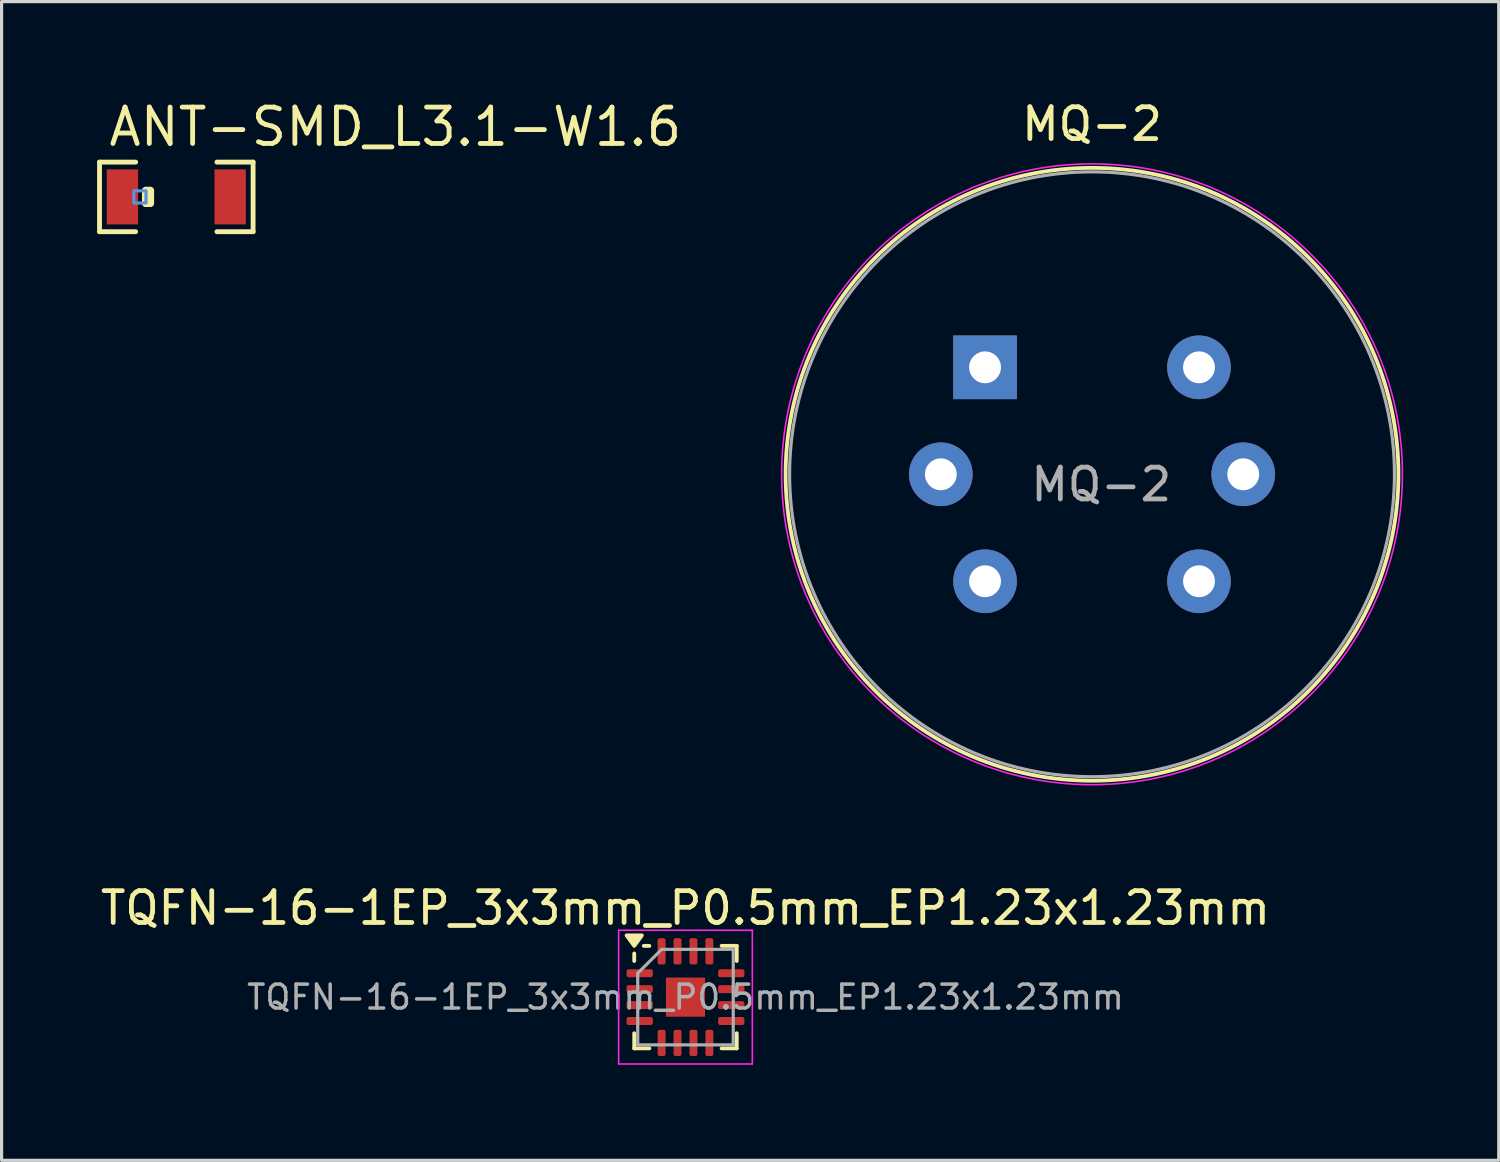
<source format=kicad_pcb>
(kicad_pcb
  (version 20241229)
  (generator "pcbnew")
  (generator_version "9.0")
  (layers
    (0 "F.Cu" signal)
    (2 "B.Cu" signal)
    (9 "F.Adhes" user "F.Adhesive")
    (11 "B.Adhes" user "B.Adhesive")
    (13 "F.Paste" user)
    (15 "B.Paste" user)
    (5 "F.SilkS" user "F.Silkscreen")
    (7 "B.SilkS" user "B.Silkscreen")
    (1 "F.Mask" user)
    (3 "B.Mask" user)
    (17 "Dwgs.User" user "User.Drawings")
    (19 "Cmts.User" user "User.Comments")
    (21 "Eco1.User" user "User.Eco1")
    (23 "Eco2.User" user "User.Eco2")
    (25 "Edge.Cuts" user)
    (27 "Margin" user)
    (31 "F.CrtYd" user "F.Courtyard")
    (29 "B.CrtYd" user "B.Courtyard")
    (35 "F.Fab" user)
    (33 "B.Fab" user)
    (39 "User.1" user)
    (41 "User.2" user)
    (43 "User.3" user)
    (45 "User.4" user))
  (footprint "ANT-SMD_L3.1-W1.6"
    (layer "F.Cu")
    (at 2.488 3.135)
    (property "Reference" "ANT-SMD_L3.1-W1.6" (at -2.2 -2.2 0) (layer "F.SilkS") (effects (font (size 1.143 1.143) (thickness 0.152)) (justify left)))
    (attr smd)
    (fp_line (start -2.412 -1.093) (end -1.276 -1.093) (stroke (width 0.152) (type solid)) (layer "F.SilkS"))
    (fp_line (start -2.412 1.093) (end -2.412 -1.093) (stroke (width 0.152) (type solid)) (layer "F.SilkS"))
    (fp_line (start -1.276 1.093) (end -2.412 1.093) (stroke (width 0.152) (type solid)) (layer "F.SilkS"))
    (fp_line (start -0.952 -0.191) (end -0.825 -0.191) (stroke (width 0.254) (type solid)) (layer "F.SilkS"))
    (fp_line (start -0.952 0.191) (end -0.952 -0.191) (stroke (width 0.254) (type solid)) (layer "F.SilkS"))
    (fp_line (start -0.825 -0.191) (end -0.825 0.191) (stroke (width 0.254) (type solid)) (layer "F.SilkS"))
    (fp_line (start -0.825 0.191) (end -0.952 0.191) (stroke (width 0.254) (type solid)) (layer "F.SilkS"))
    (fp_line (start 1.276 1.093) (end 2.412 1.093) (stroke (width 0.152) (type solid)) (layer "F.SilkS"))
    (fp_line (start 2.412 -1.093) (end 1.276 -1.093) (stroke (width 0.152) (type solid)) (layer "F.SilkS"))
    (fp_line (start 2.412 1.093) (end 2.412 -1.093) (stroke (width 0.152) (type solid)) (layer "F.SilkS"))
    (fp_poly (pts (xy -1.2 0.276) (xy -1.2 -0.276) (xy -1.534 -0.864) (xy -2.084 -0.864) (xy -2.184 -0.764) (xy -2.184 0.764) (xy -2.084 0.864) (xy -1.534 0.864)) (stroke (width 0) (type solid)) (fill yes) (layer "F.Paste"))
    (fp_poly (pts (xy 1.2 0.276) (xy 1.2 -0.276) (xy 1.534 -0.864) (xy 2.084 -0.864) (xy 2.184 -0.764) (xy 2.184 0.764) (xy 2.084 0.864) (xy 1.534 0.864)) (stroke (width 0) (type solid)) (fill yes) (layer "F.Paste"))
    (fp_poly (pts (xy -1.334 -0.191) (xy -0.952 -0.191) (xy -0.952 0.191) (xy -1.334 0.191)) (stroke (width 0.1) (type solid)) (fill no) (layer "Cmts.User"))
    (pad "1" smd rect (at -1.692 0) (size 0.984 1.728) (layers "F.Cu" "F.Mask" "F.Paste"))
    (pad "2" smd rect (at 1.692 0) (size 0.984 1.728) (layers "F.Cu" "F.Mask" "F.Paste")))
  (footprint "MQ-2"
    (layer "F.Cu")
    (at 27.892 8.488)
    (property "Reference" "MQ-2" (at 3.36 -7.64 0) (layer "F.SilkS") (effects (font (size 1 1) (thickness 0.15))))
    (attr through_hole)
    (fp_circle (center 3.36 3.36) (end 12.985 3.36) (stroke (width 0.12) (type solid)) (fill no) (layer "F.SilkS"))
    (fp_circle (center 3.36 3.36) (end 13.11 3.36) (stroke (width 0.05) (type solid)) (fill no) (layer "F.CrtYd"))
    (fp_circle (center 3.36 3.36) (end 12.86 3.36) (stroke (width 0.1) (type solid)) (fill no) (layer "F.Fab"))
    (fp_text user "${REFERENCE}" (at 3.65 3.68 0) (layer "F.Fab") (effects (font (size 1 1) (thickness 0.15))))
    (pad "1" thru_hole rect (at 0 0) (size 2 2) (drill 1) (layers "*.Cu" "*.Mask"))
    (pad "2" thru_hole circle (at -1.39 3.36) (size 2 2) (drill 1) (layers "*.Cu" "*.Mask"))
    (pad "3" thru_hole circle (at 0 6.72 90) (size 2 2) (drill 1) (layers "*.Cu" "*.Mask"))
    (pad "4" thru_hole circle (at 6.72 6.72 180) (size 2 2) (drill 1) (layers "*.Cu" "*.Mask"))
    (pad "5" thru_hole circle (at 8.11 3.36) (size 2 2) (drill 1) (layers "*.Cu" "*.Mask"))
    (pad "6" thru_hole circle (at 6.72 0 270) (size 2 2) (drill 1) (layers "*.Cu" "*.Mask")))
  (footprint "TQFN-16-1EP_3x3mm_P0.5mm_EP1.23x1.23mm"
    (layer "F.Cu")
    (at 18.482 28.271)
    (property "Reference" "TQFN-16-1EP_3x3mm_P0.5mm_EP1.23x1.23mm" (at 0 -2.8 0) (layer "F.SilkS") (effects (font (size 1 1) (thickness 0.15))))
    (attr smd)
    (fp_line (start -1.61 -1.135) (end -1.61 -1.37) (stroke (width 0.12) (type solid)) (layer "F.SilkS"))
    (fp_line (start -1.61 1.61) (end -1.61 1.135) (stroke (width 0.12) (type solid)) (layer "F.SilkS"))
    (fp_line (start -1.135 -1.61) (end -1.31 -1.61) (stroke (width 0.12) (type solid)) (layer "F.SilkS"))
    (fp_line (start -1.135 1.61) (end -1.61 1.61) (stroke (width 0.12) (type solid)) (layer "F.SilkS"))
    (fp_line (start 1.135 -1.61) (end 1.61 -1.61) (stroke (width 0.12) (type solid)) (layer "F.SilkS"))
    (fp_line (start 1.135 1.61) (end 1.61 1.61) (stroke (width 0.12) (type solid)) (layer "F.SilkS"))
    (fp_line (start 1.61 -1.61) (end 1.61 -1.135) (stroke (width 0.12) (type solid)) (layer "F.SilkS"))
    (fp_line (start 1.61 1.61) (end 1.61 1.135) (stroke (width 0.12) (type solid)) (layer "F.SilkS"))
    (fp_poly (pts (xy -1.61 -1.61) (xy -1.85 -1.94) (xy -1.37 -1.94) (xy -1.61 -1.61)) (stroke (width 0.12) (type solid)) (fill yes) (layer "F.SilkS"))
    (fp_line (start -2.1 -2.1) (end -2.1 2.1) (stroke (width 0.05) (type solid)) (layer "F.CrtYd"))
    (fp_line (start -2.1 2.1) (end 2.1 2.1) (stroke (width 0.05) (type solid)) (layer "F.CrtYd"))
    (fp_line (start 2.1 -2.1) (end -2.1 -2.1) (stroke (width 0.05) (type solid)) (layer "F.CrtYd"))
    (fp_line (start 2.1 2.1) (end 2.1 -2.1) (stroke (width 0.05) (type solid)) (layer "F.CrtYd"))
    (fp_line (start -1.5 -0.75) (end -0.75 -1.5) (stroke (width 0.1) (type solid)) (layer "F.Fab"))
    (fp_line (start -1.5 1.5) (end -1.5 -0.75) (stroke (width 0.1) (type solid)) (layer "F.Fab"))
    (fp_line (start -0.75 -1.5) (end 1.5 -1.5) (stroke (width 0.1) (type solid)) (layer "F.Fab"))
    (fp_line (start 1.5 -1.5) (end 1.5 1.5) (stroke (width 0.1) (type solid)) (layer "F.Fab"))
    (fp_line (start 1.5 1.5) (end -1.5 1.5) (stroke (width 0.1) (type solid)) (layer "F.Fab"))
    (fp_text user "${REFERENCE}" (at 0 0 0) (layer "F.Fab") (effects (font (size 0.75 0.75) (thickness 0.11))))
    (pad "" smd roundrect (at -0.31 -0.31) (size 0.5 0.5) (layers "F.Paste") (roundrect_rratio 0.25))
    (pad "" smd roundrect (at -0.31 0.31) (size 0.5 0.5) (layers "F.Paste") (roundrect_rratio 0.25))
    (pad "" smd roundrect (at 0.31 -0.31) (size 0.5 0.5) (layers "F.Paste") (roundrect_rratio 0.25))
    (pad "" smd roundrect (at 0.31 0.31) (size 0.5 0.5) (layers "F.Paste") (roundrect_rratio 0.25))
    (pad "1" smd roundrect (at -1.438 -0.75) (size 0.825 0.25) (layers "F.Cu" "F.Mask" "F.Paste") (roundrect_rratio 0.25))
    (pad "2" smd roundrect (at -1.438 -0.25) (size 0.825 0.25) (layers "F.Cu" "F.Mask" "F.Paste") (roundrect_rratio 0.25))
    (pad "3" smd roundrect (at -1.438 0.25) (size 0.825 0.25) (layers "F.Cu" "F.Mask" "F.Paste") (roundrect_rratio 0.25))
    (pad "4" smd roundrect (at -1.438 0.75) (size 0.825 0.25) (layers "F.Cu" "F.Mask" "F.Paste") (roundrect_rratio 0.25))
    (pad "5" smd roundrect (at -0.75 1.438) (size 0.25 0.825) (layers "F.Cu" "F.Mask" "F.Paste") (roundrect_rratio 0.25))
    (pad "6" smd roundrect (at -0.25 1.438) (size 0.25 0.825) (layers "F.Cu" "F.Mask" "F.Paste") (roundrect_rratio 0.25))
    (pad "7" smd roundrect (at 0.25 1.438) (size 0.25 0.825) (layers "F.Cu" "F.Mask" "F.Paste") (roundrect_rratio 0.25))
    (pad "8" smd roundrect (at 0.75 1.438) (size 0.25 0.825) (layers "F.Cu" "F.Mask" "F.Paste") (roundrect_rratio 0.25))
    (pad "9" smd roundrect (at 1.438 0.75) (size 0.825 0.25) (layers "F.Cu" "F.Mask" "F.Paste") (roundrect_rratio 0.25))
    (pad "10" smd roundrect (at 1.438 0.25) (size 0.825 0.25) (layers "F.Cu" "F.Mask" "F.Paste") (roundrect_rratio 0.25))
    (pad "11" smd roundrect (at 1.438 -0.25) (size 0.825 0.25) (layers "F.Cu" "F.Mask" "F.Paste") (roundrect_rratio 0.25))
    (pad "12" smd roundrect (at 1.438 -0.75) (size 0.825 0.25) (layers "F.Cu" "F.Mask" "F.Paste") (roundrect_rratio 0.25))
    (pad "13" smd roundrect (at 0.75 -1.438) (size 0.25 0.825) (layers "F.Cu" "F.Mask" "F.Paste") (roundrect_rratio 0.25))
    (pad "14" smd roundrect (at 0.25 -1.438) (size 0.25 0.825) (layers "F.Cu" "F.Mask" "F.Paste") (roundrect_rratio 0.25))
    (pad "15" smd roundrect (at -0.25 -1.438) (size 0.25 0.825) (layers "F.Cu" "F.Mask" "F.Paste") (roundrect_rratio 0.25))
    (pad "16" smd roundrect (at -0.75 -1.438) (size 0.25 0.825) (layers "F.Cu" "F.Mask" "F.Paste") (roundrect_rratio 0.25))
    (pad "17" smd rect (at 0 0) (size 1.23 1.23) (property pad_prop_heatsink) (layers "F.Cu" "F.Mask")))
  (gr_rect
    (start -3 -3)
    (end 44.027 33.397)
    (stroke (width 0.1) (type default))
    (fill no)
    (layer "Edge.Cuts")))
</source>
